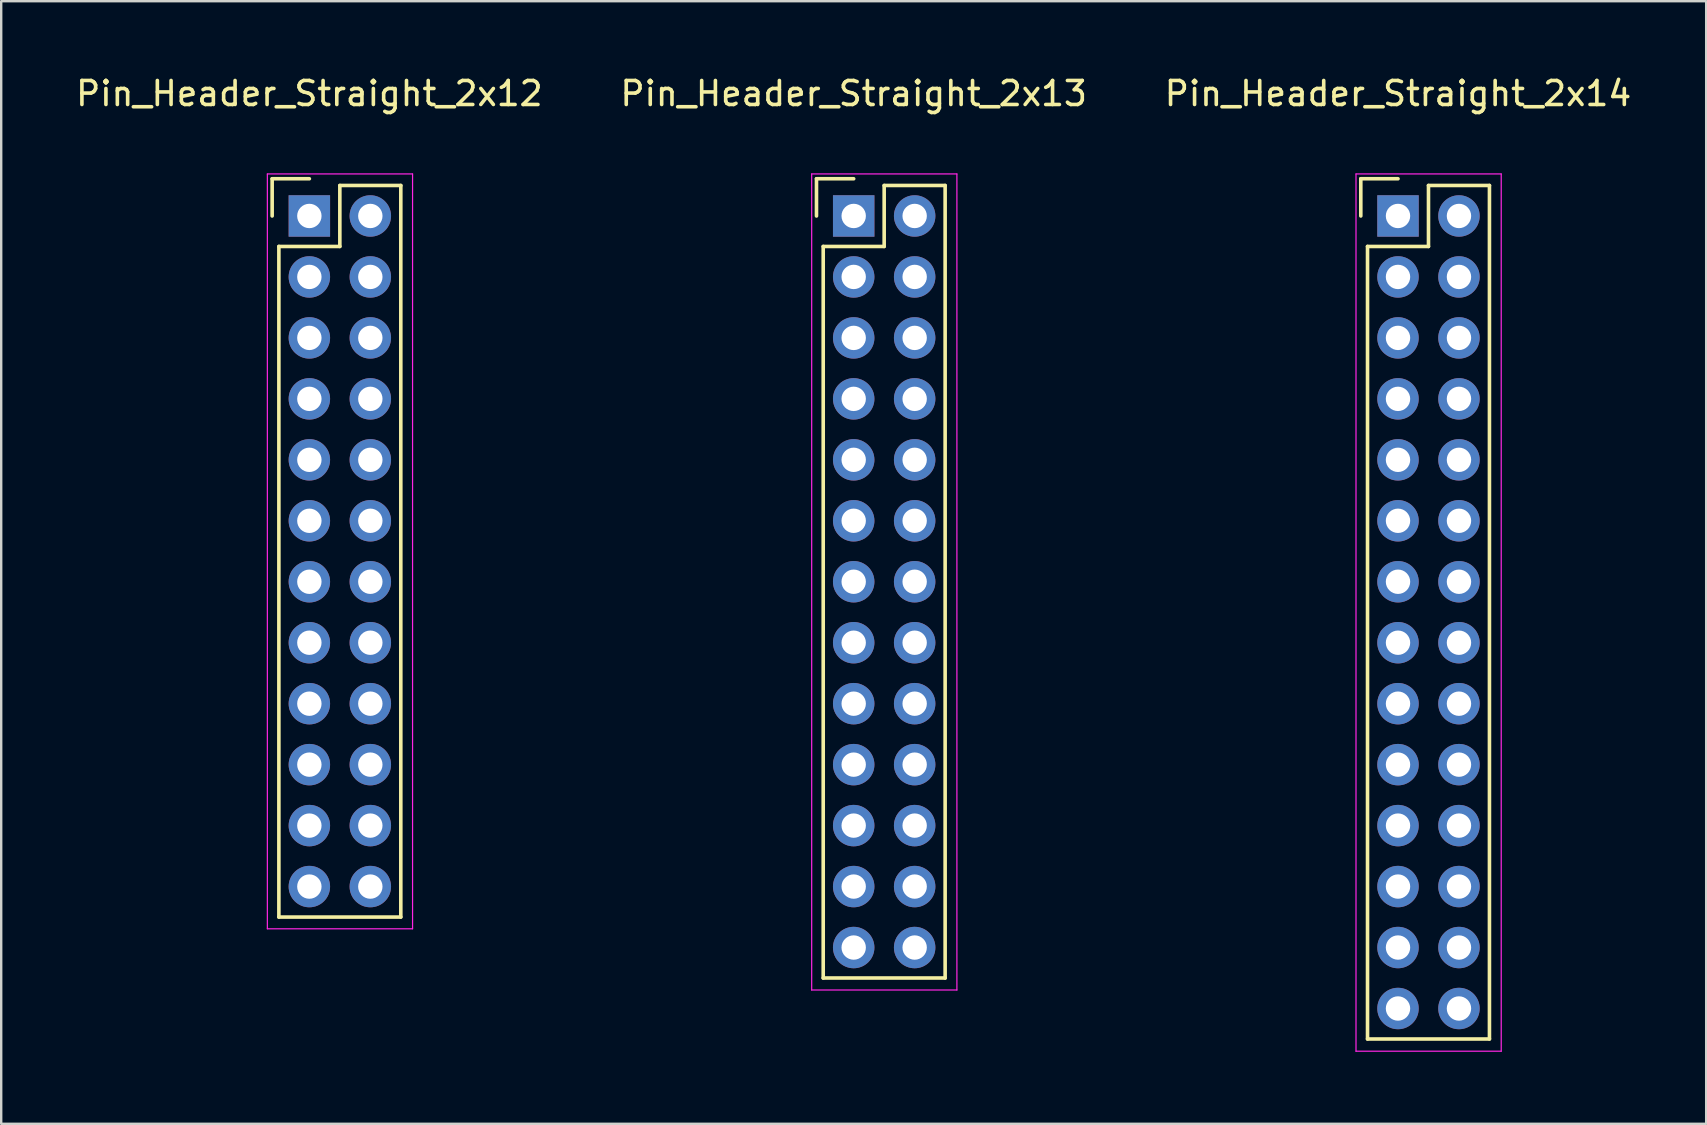
<source format=kicad_pcb>
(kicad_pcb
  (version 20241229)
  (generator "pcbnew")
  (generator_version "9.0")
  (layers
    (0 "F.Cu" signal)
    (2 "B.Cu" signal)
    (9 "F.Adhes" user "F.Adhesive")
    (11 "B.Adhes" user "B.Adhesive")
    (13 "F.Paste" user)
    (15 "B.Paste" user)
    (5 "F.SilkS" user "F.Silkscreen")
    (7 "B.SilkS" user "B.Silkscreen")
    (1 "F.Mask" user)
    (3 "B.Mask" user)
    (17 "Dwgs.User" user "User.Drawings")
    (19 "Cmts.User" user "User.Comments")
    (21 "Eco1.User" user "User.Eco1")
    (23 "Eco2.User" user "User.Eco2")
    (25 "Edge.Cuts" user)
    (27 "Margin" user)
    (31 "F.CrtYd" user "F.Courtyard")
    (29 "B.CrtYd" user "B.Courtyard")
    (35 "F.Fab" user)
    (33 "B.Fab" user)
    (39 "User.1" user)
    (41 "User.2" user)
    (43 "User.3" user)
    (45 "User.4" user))
  (footprint "Pin_Header_Straight_2x12"
    (layer "F.Cu")
    (at 9.839 5.948)
    (property "Reference" "Pin_Header_Straight_2x12" (at 0 -5.1 0) (layer "F.SilkS") (effects (font (size 1 1) (thickness 0.15))))
    (attr through_hole)
    (fp_line (start -1.55 -1.55) (end -1.55 0) (stroke (width 0.15) (type solid)) (layer "F.SilkS"))
    (fp_line (start -1.27 1.27) (end -1.27 29.21) (stroke (width 0.15) (type solid)) (layer "F.SilkS"))
    (fp_line (start 0 -1.55) (end -1.55 -1.55) (stroke (width 0.15) (type solid)) (layer "F.SilkS"))
    (fp_line (start 1.27 -1.27) (end 1.27 1.27) (stroke (width 0.15) (type solid)) (layer "F.SilkS"))
    (fp_line (start 1.27 1.27) (end -1.27 1.27) (stroke (width 0.15) (type solid)) (layer "F.SilkS"))
    (fp_line (start 3.81 -1.27) (end 1.27 -1.27) (stroke (width 0.15) (type solid)) (layer "F.SilkS"))
    (fp_line (start 3.81 29.21) (end -1.27 29.21) (stroke (width 0.15) (type solid)) (layer "F.SilkS"))
    (fp_line (start 3.81 29.21) (end 3.81 -1.27) (stroke (width 0.15) (type solid)) (layer "F.SilkS"))
    (fp_line (start -1.75 -1.75) (end -1.75 29.7) (stroke (width 0.05) (type solid)) (layer "F.CrtYd"))
    (fp_line (start -1.75 -1.75) (end 4.3 -1.75) (stroke (width 0.05) (type solid)) (layer "F.CrtYd"))
    (fp_line (start -1.75 29.7) (end 4.3 29.7) (stroke (width 0.05) (type solid)) (layer "F.CrtYd"))
    (fp_line (start 4.3 -1.75) (end 4.3 29.7) (stroke (width 0.05) (type solid)) (layer "F.CrtYd"))
    (pad "1" thru_hole rect (at 0 0) (size 1.727 1.727) (drill 1.016) (layers "*.Cu" "*.Mask"))
    (pad "2" thru_hole oval (at 2.54 0) (size 1.727 1.727) (drill 1.016) (layers "*.Cu" "*.Mask"))
    (pad "3" thru_hole oval (at 0 2.54) (size 1.727 1.727) (drill 1.016) (layers "*.Cu" "*.Mask"))
    (pad "4" thru_hole oval (at 2.54 2.54) (size 1.727 1.727) (drill 1.016) (layers "*.Cu" "*.Mask"))
    (pad "5" thru_hole oval (at 0 5.08) (size 1.727 1.727) (drill 1.016) (layers "*.Cu" "*.Mask"))
    (pad "6" thru_hole oval (at 2.54 5.08) (size 1.727 1.727) (drill 1.016) (layers "*.Cu" "*.Mask"))
    (pad "7" thru_hole oval (at 0 7.62) (size 1.727 1.727) (drill 1.016) (layers "*.Cu" "*.Mask"))
    (pad "8" thru_hole oval (at 2.54 7.62) (size 1.727 1.727) (drill 1.016) (layers "*.Cu" "*.Mask"))
    (pad "9" thru_hole oval (at 0 10.16) (size 1.727 1.727) (drill 1.016) (layers "*.Cu" "*.Mask"))
    (pad "10" thru_hole oval (at 2.54 10.16) (size 1.727 1.727) (drill 1.016) (layers "*.Cu" "*.Mask"))
    (pad "11" thru_hole oval (at 0 12.7) (size 1.727 1.727) (drill 1.016) (layers "*.Cu" "*.Mask"))
    (pad "12" thru_hole oval (at 2.54 12.7) (size 1.727 1.727) (drill 1.016) (layers "*.Cu" "*.Mask"))
    (pad "13" thru_hole oval (at 0 15.24) (size 1.727 1.727) (drill 1.016) (layers "*.Cu" "*.Mask"))
    (pad "14" thru_hole oval (at 2.54 15.24) (size 1.727 1.727) (drill 1.016) (layers "*.Cu" "*.Mask"))
    (pad "15" thru_hole oval (at 0 17.78) (size 1.727 1.727) (drill 1.016) (layers "*.Cu" "*.Mask"))
    (pad "16" thru_hole oval (at 2.54 17.78) (size 1.727 1.727) (drill 1.016) (layers "*.Cu" "*.Mask"))
    (pad "17" thru_hole oval (at 0 20.32) (size 1.727 1.727) (drill 1.016) (layers "*.Cu" "*.Mask"))
    (pad "18" thru_hole oval (at 2.54 20.32) (size 1.727 1.727) (drill 1.016) (layers "*.Cu" "*.Mask"))
    (pad "19" thru_hole oval (at 0 22.86) (size 1.727 1.727) (drill 1.016) (layers "*.Cu" "*.Mask"))
    (pad "20" thru_hole oval (at 2.54 22.86) (size 1.727 1.727) (drill 1.016) (layers "*.Cu" "*.Mask"))
    (pad "21" thru_hole oval (at 0 25.4) (size 1.727 1.727) (drill 1.016) (layers "*.Cu" "*.Mask"))
    (pad "22" thru_hole oval (at 2.54 25.4) (size 1.727 1.727) (drill 1.016) (layers "*.Cu" "*.Mask"))
    (pad "23" thru_hole oval (at 0 27.94) (size 1.727 1.727) (drill 1.016) (layers "*.Cu" "*.Mask"))
    (pad "24" thru_hole oval (at 2.54 27.94) (size 1.727 1.727) (drill 1.016) (layers "*.Cu" "*.Mask")))
  (footprint "Pin_Header_Straight_2x13"
    (layer "F.Cu")
    (at 32.518 5.948)
    (property "Reference" "Pin_Header_Straight_2x13" (at 0 -5.1 0) (layer "F.SilkS") (effects (font (size 1 1) (thickness 0.15))))
    (attr through_hole)
    (fp_line (start -1.55 -1.55) (end -1.55 0) (stroke (width 0.15) (type solid)) (layer "F.SilkS"))
    (fp_line (start -1.27 1.27) (end -1.27 31.75) (stroke (width 0.15) (type solid)) (layer "F.SilkS"))
    (fp_line (start 0 -1.55) (end -1.55 -1.55) (stroke (width 0.15) (type solid)) (layer "F.SilkS"))
    (fp_line (start 1.27 -1.27) (end 1.27 1.27) (stroke (width 0.15) (type solid)) (layer "F.SilkS"))
    (fp_line (start 1.27 1.27) (end -1.27 1.27) (stroke (width 0.15) (type solid)) (layer "F.SilkS"))
    (fp_line (start 3.81 -1.27) (end 1.27 -1.27) (stroke (width 0.15) (type solid)) (layer "F.SilkS"))
    (fp_line (start 3.81 -1.27) (end 3.81 31.75) (stroke (width 0.15) (type solid)) (layer "F.SilkS"))
    (fp_line (start 3.81 31.75) (end -1.27 31.75) (stroke (width 0.15) (type solid)) (layer "F.SilkS"))
    (fp_line (start -1.75 -1.75) (end -1.75 32.25) (stroke (width 0.05) (type solid)) (layer "F.CrtYd"))
    (fp_line (start -1.75 -1.75) (end 4.3 -1.75) (stroke (width 0.05) (type solid)) (layer "F.CrtYd"))
    (fp_line (start -1.75 32.25) (end 4.3 32.25) (stroke (width 0.05) (type solid)) (layer "F.CrtYd"))
    (fp_line (start 4.3 -1.75) (end 4.3 32.25) (stroke (width 0.05) (type solid)) (layer "F.CrtYd"))
    (pad "1" thru_hole rect (at 0 0) (size 1.727 1.727) (drill 1.016) (layers "*.Cu" "*.Mask"))
    (pad "2" thru_hole oval (at 2.54 0) (size 1.727 1.727) (drill 1.016) (layers "*.Cu" "*.Mask"))
    (pad "3" thru_hole oval (at 0 2.54) (size 1.727 1.727) (drill 1.016) (layers "*.Cu" "*.Mask"))
    (pad "4" thru_hole oval (at 2.54 2.54) (size 1.727 1.727) (drill 1.016) (layers "*.Cu" "*.Mask"))
    (pad "5" thru_hole oval (at 0 5.08) (size 1.727 1.727) (drill 1.016) (layers "*.Cu" "*.Mask"))
    (pad "6" thru_hole oval (at 2.54 5.08) (size 1.727 1.727) (drill 1.016) (layers "*.Cu" "*.Mask"))
    (pad "7" thru_hole oval (at 0 7.62) (size 1.727 1.727) (drill 1.016) (layers "*.Cu" "*.Mask"))
    (pad "8" thru_hole oval (at 2.54 7.62) (size 1.727 1.727) (drill 1.016) (layers "*.Cu" "*.Mask"))
    (pad "9" thru_hole oval (at 0 10.16) (size 1.727 1.727) (drill 1.016) (layers "*.Cu" "*.Mask"))
    (pad "10" thru_hole oval (at 2.54 10.16) (size 1.727 1.727) (drill 1.016) (layers "*.Cu" "*.Mask"))
    (pad "11" thru_hole oval (at 0 12.7) (size 1.727 1.727) (drill 1.016) (layers "*.Cu" "*.Mask"))
    (pad "12" thru_hole oval (at 2.54 12.7) (size 1.727 1.727) (drill 1.016) (layers "*.Cu" "*.Mask"))
    (pad "13" thru_hole oval (at 0 15.24) (size 1.727 1.727) (drill 1.016) (layers "*.Cu" "*.Mask"))
    (pad "14" thru_hole oval (at 2.54 15.24) (size 1.727 1.727) (drill 1.016) (layers "*.Cu" "*.Mask"))
    (pad "15" thru_hole oval (at 0 17.78) (size 1.727 1.727) (drill 1.016) (layers "*.Cu" "*.Mask"))
    (pad "16" thru_hole oval (at 2.54 17.78) (size 1.727 1.727) (drill 1.016) (layers "*.Cu" "*.Mask"))
    (pad "17" thru_hole oval (at 0 20.32) (size 1.727 1.727) (drill 1.016) (layers "*.Cu" "*.Mask"))
    (pad "18" thru_hole oval (at 2.54 20.32) (size 1.727 1.727) (drill 1.016) (layers "*.Cu" "*.Mask"))
    (pad "19" thru_hole oval (at 0 22.86) (size 1.727 1.727) (drill 1.016) (layers "*.Cu" "*.Mask"))
    (pad "20" thru_hole oval (at 2.54 22.86) (size 1.727 1.727) (drill 1.016) (layers "*.Cu" "*.Mask"))
    (pad "21" thru_hole oval (at 0 25.4) (size 1.727 1.727) (drill 1.016) (layers "*.Cu" "*.Mask"))
    (pad "22" thru_hole oval (at 2.54 25.4) (size 1.727 1.727) (drill 1.016) (layers "*.Cu" "*.Mask"))
    (pad "23" thru_hole oval (at 0 27.94) (size 1.727 1.727) (drill 1.016) (layers "*.Cu" "*.Mask"))
    (pad "24" thru_hole oval (at 2.54 27.94) (size 1.727 1.727) (drill 1.016) (layers "*.Cu" "*.Mask"))
    (pad "25" thru_hole oval (at 0 30.48) (size 1.727 1.727) (drill 1.016) (layers "*.Cu" "*.Mask"))
    (pad "26" thru_hole oval (at 2.54 30.48) (size 1.727 1.727) (drill 1.016) (layers "*.Cu" "*.Mask")))
  (footprint "Pin_Header_Straight_2x14"
    (layer "F.Cu")
    (at 55.196 5.948)
    (property "Reference" "Pin_Header_Straight_2x14" (at 0 -5.1 0) (layer "F.SilkS") (effects (font (size 1 1) (thickness 0.15))))
    (attr through_hole)
    (fp_line (start -1.55 -1.55) (end -1.55 0) (stroke (width 0.15) (type solid)) (layer "F.SilkS"))
    (fp_line (start -1.27 1.27) (end -1.27 34.29) (stroke (width 0.15) (type solid)) (layer "F.SilkS"))
    (fp_line (start 0 -1.55) (end -1.55 -1.55) (stroke (width 0.15) (type solid)) (layer "F.SilkS"))
    (fp_line (start 1.27 -1.27) (end 1.27 1.27) (stroke (width 0.15) (type solid)) (layer "F.SilkS"))
    (fp_line (start 1.27 1.27) (end -1.27 1.27) (stroke (width 0.15) (type solid)) (layer "F.SilkS"))
    (fp_line (start 3.81 -1.27) (end 1.27 -1.27) (stroke (width 0.15) (type solid)) (layer "F.SilkS"))
    (fp_line (start 3.81 34.29) (end -1.27 34.29) (stroke (width 0.15) (type solid)) (layer "F.SilkS"))
    (fp_line (start 3.81 34.29) (end 3.81 -1.27) (stroke (width 0.15) (type solid)) (layer "F.SilkS"))
    (fp_line (start -1.75 -1.75) (end -1.75 34.8) (stroke (width 0.05) (type solid)) (layer "F.CrtYd"))
    (fp_line (start -1.75 -1.75) (end 4.3 -1.75) (stroke (width 0.05) (type solid)) (layer "F.CrtYd"))
    (fp_line (start -1.75 34.8) (end 4.3 34.8) (stroke (width 0.05) (type solid)) (layer "F.CrtYd"))
    (fp_line (start 4.3 -1.75) (end 4.3 34.8) (stroke (width 0.05) (type solid)) (layer "F.CrtYd"))
    (pad "1" thru_hole rect (at 0 0) (size 1.727 1.727) (drill 1.016) (layers "*.Cu" "*.Mask"))
    (pad "2" thru_hole oval (at 2.54 0) (size 1.727 1.727) (drill 1.016) (layers "*.Cu" "*.Mask"))
    (pad "3" thru_hole oval (at 0 2.54) (size 1.727 1.727) (drill 1.016) (layers "*.Cu" "*.Mask"))
    (pad "4" thru_hole oval (at 2.54 2.54) (size 1.727 1.727) (drill 1.016) (layers "*.Cu" "*.Mask"))
    (pad "5" thru_hole oval (at 0 5.08) (size 1.727 1.727) (drill 1.016) (layers "*.Cu" "*.Mask"))
    (pad "6" thru_hole oval (at 2.54 5.08) (size 1.727 1.727) (drill 1.016) (layers "*.Cu" "*.Mask"))
    (pad "7" thru_hole oval (at 0 7.62) (size 1.727 1.727) (drill 1.016) (layers "*.Cu" "*.Mask"))
    (pad "8" thru_hole oval (at 2.54 7.62) (size 1.727 1.727) (drill 1.016) (layers "*.Cu" "*.Mask"))
    (pad "9" thru_hole oval (at 0 10.16) (size 1.727 1.727) (drill 1.016) (layers "*.Cu" "*.Mask"))
    (pad "10" thru_hole oval (at 2.54 10.16) (size 1.727 1.727) (drill 1.016) (layers "*.Cu" "*.Mask"))
    (pad "11" thru_hole oval (at 0 12.7) (size 1.727 1.727) (drill 1.016) (layers "*.Cu" "*.Mask"))
    (pad "12" thru_hole oval (at 2.54 12.7) (size 1.727 1.727) (drill 1.016) (layers "*.Cu" "*.Mask"))
    (pad "13" thru_hole oval (at 0 15.24) (size 1.727 1.727) (drill 1.016) (layers "*.Cu" "*.Mask"))
    (pad "14" thru_hole oval (at 2.54 15.24) (size 1.727 1.727) (drill 1.016) (layers "*.Cu" "*.Mask"))
    (pad "15" thru_hole oval (at 0 17.78) (size 1.727 1.727) (drill 1.016) (layers "*.Cu" "*.Mask"))
    (pad "16" thru_hole oval (at 2.54 17.78) (size 1.727 1.727) (drill 1.016) (layers "*.Cu" "*.Mask"))
    (pad "17" thru_hole oval (at 0 20.32) (size 1.727 1.727) (drill 1.016) (layers "*.Cu" "*.Mask"))
    (pad "18" thru_hole oval (at 2.54 20.32) (size 1.727 1.727) (drill 1.016) (layers "*.Cu" "*.Mask"))
    (pad "19" thru_hole oval (at 0 22.86) (size 1.727 1.727) (drill 1.016) (layers "*.Cu" "*.Mask"))
    (pad "20" thru_hole oval (at 2.54 22.86) (size 1.727 1.727) (drill 1.016) (layers "*.Cu" "*.Mask"))
    (pad "21" thru_hole oval (at 0 25.4) (size 1.727 1.727) (drill 1.016) (layers "*.Cu" "*.Mask"))
    (pad "22" thru_hole oval (at 2.54 25.4) (size 1.727 1.727) (drill 1.016) (layers "*.Cu" "*.Mask"))
    (pad "23" thru_hole oval (at 0 27.94) (size 1.727 1.727) (drill 1.016) (layers "*.Cu" "*.Mask"))
    (pad "24" thru_hole oval (at 2.54 27.94) (size 1.727 1.727) (drill 1.016) (layers "*.Cu" "*.Mask"))
    (pad "25" thru_hole oval (at 0 30.48) (size 1.727 1.727) (drill 1.016) (layers "*.Cu" "*.Mask"))
    (pad "26" thru_hole oval (at 2.54 30.48) (size 1.727 1.727) (drill 1.016) (layers "*.Cu" "*.Mask"))
    (pad "27" thru_hole oval (at 0 33.02) (size 1.727 1.727) (drill 1.016) (layers "*.Cu" "*.Mask"))
    (pad "28" thru_hole oval (at 2.54 33.02) (size 1.727 1.727) (drill 1.016) (layers "*.Cu" "*.Mask")))
  (gr_rect
    (start -3 -3)
    (end 68.036 43.773)
    (stroke (width 0.1) (type default))
    (fill no)
    (layer "Edge.Cuts")))
</source>
